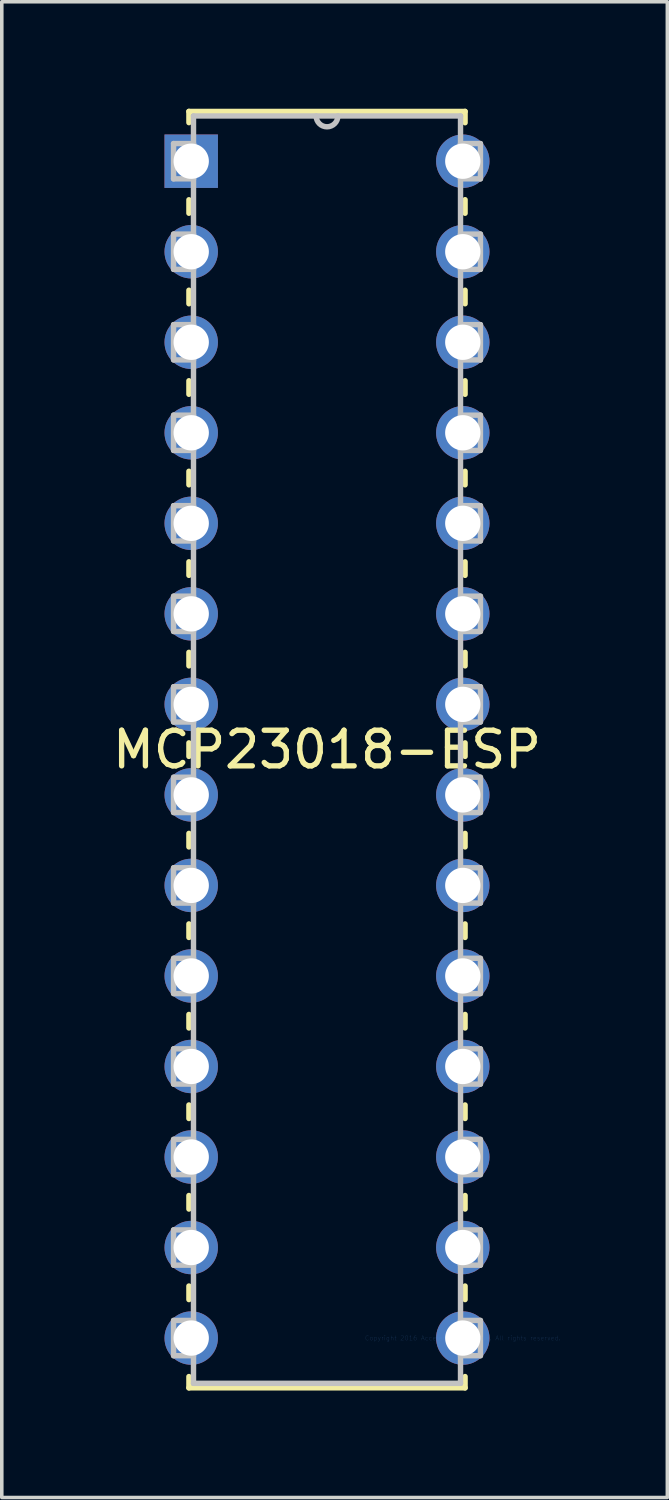
<source format=kicad_pcb>
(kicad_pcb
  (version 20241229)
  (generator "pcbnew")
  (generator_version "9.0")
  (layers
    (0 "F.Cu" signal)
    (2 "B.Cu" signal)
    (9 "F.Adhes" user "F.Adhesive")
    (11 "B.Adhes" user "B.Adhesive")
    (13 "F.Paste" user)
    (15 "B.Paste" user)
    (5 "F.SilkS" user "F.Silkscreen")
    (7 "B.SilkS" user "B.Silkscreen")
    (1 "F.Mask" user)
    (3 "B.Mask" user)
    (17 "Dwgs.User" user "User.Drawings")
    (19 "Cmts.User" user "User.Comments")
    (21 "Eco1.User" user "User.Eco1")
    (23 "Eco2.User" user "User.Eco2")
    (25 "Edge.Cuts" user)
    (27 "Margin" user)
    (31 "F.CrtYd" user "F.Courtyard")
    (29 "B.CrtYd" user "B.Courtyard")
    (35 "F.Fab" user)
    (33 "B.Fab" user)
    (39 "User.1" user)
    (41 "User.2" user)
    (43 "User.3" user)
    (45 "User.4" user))
  (footprint "MCP23018-ESP"
    (layer "F.Cu")
    (at 9.935 34.493)
    (property "Reference" "MCP23018-ESP" (at -3.81 -16.51 0) (layer "F.SilkS") (effects (font (size 1 1) (thickness 0.15))))
    (attr through_hole)
    (fp_line (start -7.684 -34.417) (end -7.684 -34.102) (stroke (width 0.152) (type solid)) (layer "F.SilkS"))
    (fp_line (start -7.684 -31.938) (end -7.684 -31.56) (stroke (width 0.152) (type solid)) (layer "F.SilkS"))
    (fp_line (start -7.684 -29.4) (end -7.684 -29.02) (stroke (width 0.152) (type solid)) (layer "F.SilkS"))
    (fp_line (start -7.684 -26.86) (end -7.684 -26.48) (stroke (width 0.152) (type solid)) (layer "F.SilkS"))
    (fp_line (start -7.684 -24.32) (end -7.684 -23.94) (stroke (width 0.152) (type solid)) (layer "F.SilkS"))
    (fp_line (start -7.684 -21.78) (end -7.684 -21.4) (stroke (width 0.152) (type solid)) (layer "F.SilkS"))
    (fp_line (start -7.684 -19.24) (end -7.684 -18.86) (stroke (width 0.152) (type solid)) (layer "F.SilkS"))
    (fp_line (start -7.684 -16.7) (end -7.684 -16.32) (stroke (width 0.152) (type solid)) (layer "F.SilkS"))
    (fp_line (start -7.684 -14.16) (end -7.684 -13.78) (stroke (width 0.152) (type solid)) (layer "F.SilkS"))
    (fp_line (start -7.684 -11.62) (end -7.684 -11.24) (stroke (width 0.152) (type solid)) (layer "F.SilkS"))
    (fp_line (start -7.684 -9.08) (end -7.684 -8.7) (stroke (width 0.152) (type solid)) (layer "F.SilkS"))
    (fp_line (start -7.684 -6.54) (end -7.684 -6.16) (stroke (width 0.152) (type solid)) (layer "F.SilkS"))
    (fp_line (start -7.684 -4) (end -7.684 -3.62) (stroke (width 0.152) (type solid)) (layer "F.SilkS"))
    (fp_line (start -7.684 -1.46) (end -7.684 -1.08) (stroke (width 0.152) (type solid)) (layer "F.SilkS"))
    (fp_line (start -7.684 1.08) (end -7.684 1.397) (stroke (width 0.152) (type solid)) (layer "F.SilkS"))
    (fp_line (start -7.684 1.397) (end 0.064 1.397) (stroke (width 0.152) (type solid)) (layer "F.SilkS"))
    (fp_line (start 0.064 -34.417) (end -7.684 -34.417) (stroke (width 0.152) (type solid)) (layer "F.SilkS"))
    (fp_line (start 0.064 -34.1) (end 0.064 -34.417) (stroke (width 0.152) (type solid)) (layer "F.SilkS"))
    (fp_line (start 0.064 -31.56) (end 0.064 -31.94) (stroke (width 0.152) (type solid)) (layer "F.SilkS"))
    (fp_line (start 0.064 -29.02) (end 0.064 -29.4) (stroke (width 0.152) (type solid)) (layer "F.SilkS"))
    (fp_line (start 0.064 -26.48) (end 0.064 -26.86) (stroke (width 0.152) (type solid)) (layer "F.SilkS"))
    (fp_line (start 0.064 -23.94) (end 0.064 -24.32) (stroke (width 0.152) (type solid)) (layer "F.SilkS"))
    (fp_line (start 0.064 -21.4) (end 0.064 -21.78) (stroke (width 0.152) (type solid)) (layer "F.SilkS"))
    (fp_line (start 0.064 -18.86) (end 0.064 -19.24) (stroke (width 0.152) (type solid)) (layer "F.SilkS"))
    (fp_line (start 0.064 -16.32) (end 0.064 -16.7) (stroke (width 0.152) (type solid)) (layer "F.SilkS"))
    (fp_line (start 0.064 -13.78) (end 0.064 -14.16) (stroke (width 0.152) (type solid)) (layer "F.SilkS"))
    (fp_line (start 0.064 -11.24) (end 0.064 -11.62) (stroke (width 0.152) (type solid)) (layer "F.SilkS"))
    (fp_line (start 0.064 -8.7) (end 0.064 -9.08) (stroke (width 0.152) (type solid)) (layer "F.SilkS"))
    (fp_line (start 0.064 -6.16) (end 0.064 -6.54) (stroke (width 0.152) (type solid)) (layer "F.SilkS"))
    (fp_line (start 0.064 -3.62) (end 0.064 -4) (stroke (width 0.152) (type solid)) (layer "F.SilkS"))
    (fp_line (start 0.064 -1.08) (end 0.064 -1.46) (stroke (width 0.152) (type solid)) (layer "F.SilkS"))
    (fp_line (start 0.064 1.397) (end 0.064 1.08) (stroke (width 0.152) (type solid)) (layer "F.SilkS"))
    (fp_line (start -8.115 -33.515) (end -8.115 -32.525) (stroke (width 0.152) (type solid)) (layer "Dwgs.User"))
    (fp_line (start -8.115 -32.525) (end -7.556 -32.525) (stroke (width 0.152) (type solid)) (layer "Dwgs.User"))
    (fp_line (start -8.115 -30.975) (end -8.115 -29.985) (stroke (width 0.152) (type solid)) (layer "Dwgs.User"))
    (fp_line (start -8.115 -29.985) (end -7.556 -29.985) (stroke (width 0.152) (type solid)) (layer "Dwgs.User"))
    (fp_line (start -8.115 -28.435) (end -8.115 -27.445) (stroke (width 0.152) (type solid)) (layer "Dwgs.User"))
    (fp_line (start -8.115 -27.445) (end -7.556 -27.445) (stroke (width 0.152) (type solid)) (layer "Dwgs.User"))
    (fp_line (start -8.115 -25.895) (end -8.115 -24.905) (stroke (width 0.152) (type solid)) (layer "Dwgs.User"))
    (fp_line (start -8.115 -24.905) (end -7.556 -24.905) (stroke (width 0.152) (type solid)) (layer "Dwgs.User"))
    (fp_line (start -8.115 -23.355) (end -8.115 -22.365) (stroke (width 0.152) (type solid)) (layer "Dwgs.User"))
    (fp_line (start -8.115 -22.365) (end -7.556 -22.365) (stroke (width 0.152) (type solid)) (layer "Dwgs.User"))
    (fp_line (start -8.115 -20.815) (end -8.115 -19.825) (stroke (width 0.152) (type solid)) (layer "Dwgs.User"))
    (fp_line (start -8.115 -19.825) (end -7.556 -19.825) (stroke (width 0.152) (type solid)) (layer "Dwgs.User"))
    (fp_line (start -8.115 -18.275) (end -8.115 -17.285) (stroke (width 0.152) (type solid)) (layer "Dwgs.User"))
    (fp_line (start -8.115 -17.285) (end -7.556 -17.285) (stroke (width 0.152) (type solid)) (layer "Dwgs.User"))
    (fp_line (start -8.115 -15.735) (end -8.115 -14.745) (stroke (width 0.152) (type solid)) (layer "Dwgs.User"))
    (fp_line (start -8.115 -14.745) (end -7.556 -14.745) (stroke (width 0.152) (type solid)) (layer "Dwgs.User"))
    (fp_line (start -8.115 -13.195) (end -8.115 -12.205) (stroke (width 0.152) (type solid)) (layer "Dwgs.User"))
    (fp_line (start -8.115 -12.205) (end -7.556 -12.205) (stroke (width 0.152) (type solid)) (layer "Dwgs.User"))
    (fp_line (start -8.115 -10.655) (end -8.115 -9.665) (stroke (width 0.152) (type solid)) (layer "Dwgs.User"))
    (fp_line (start -8.115 -9.665) (end -7.556 -9.665) (stroke (width 0.152) (type solid)) (layer "Dwgs.User"))
    (fp_line (start -8.115 -8.115) (end -8.115 -7.125) (stroke (width 0.152) (type solid)) (layer "Dwgs.User"))
    (fp_line (start -8.115 -7.125) (end -7.556 -7.125) (stroke (width 0.152) (type solid)) (layer "Dwgs.User"))
    (fp_line (start -8.115 -5.575) (end -8.115 -4.585) (stroke (width 0.152) (type solid)) (layer "Dwgs.User"))
    (fp_line (start -8.115 -4.585) (end -7.556 -4.585) (stroke (width 0.152) (type solid)) (layer "Dwgs.User"))
    (fp_line (start -8.115 -3.035) (end -8.115 -2.045) (stroke (width 0.152) (type solid)) (layer "Dwgs.User"))
    (fp_line (start -8.115 -2.045) (end -7.556 -2.045) (stroke (width 0.152) (type solid)) (layer "Dwgs.User"))
    (fp_line (start -8.115 -0.495) (end -8.115 0.495) (stroke (width 0.152) (type solid)) (layer "Dwgs.User"))
    (fp_line (start -8.115 0.495) (end -7.556 0.495) (stroke (width 0.152) (type solid)) (layer "Dwgs.User"))
    (fp_line (start -7.556 -34.29) (end -7.556 1.27) (stroke (width 0.152) (type solid)) (layer "Dwgs.User"))
    (fp_line (start -7.556 -33.515) (end -8.115 -33.515) (stroke (width 0.152) (type solid)) (layer "Dwgs.User"))
    (fp_line (start -7.556 -32.525) (end -7.556 -33.515) (stroke (width 0.152) (type solid)) (layer "Dwgs.User"))
    (fp_line (start -7.556 -30.975) (end -8.115 -30.975) (stroke (width 0.152) (type solid)) (layer "Dwgs.User"))
    (fp_line (start -7.556 -29.985) (end -7.556 -30.975) (stroke (width 0.152) (type solid)) (layer "Dwgs.User"))
    (fp_line (start -7.556 -28.435) (end -8.115 -28.435) (stroke (width 0.152) (type solid)) (layer "Dwgs.User"))
    (fp_line (start -7.556 -27.445) (end -7.556 -28.435) (stroke (width 0.152) (type solid)) (layer "Dwgs.User"))
    (fp_line (start -7.556 -25.895) (end -8.115 -25.895) (stroke (width 0.152) (type solid)) (layer "Dwgs.User"))
    (fp_line (start -7.556 -24.905) (end -7.556 -25.895) (stroke (width 0.152) (type solid)) (layer "Dwgs.User"))
    (fp_line (start -7.556 -23.355) (end -8.115 -23.355) (stroke (width 0.152) (type solid)) (layer "Dwgs.User"))
    (fp_line (start -7.556 -22.365) (end -7.556 -23.355) (stroke (width 0.152) (type solid)) (layer "Dwgs.User"))
    (fp_line (start -7.556 -20.815) (end -8.115 -20.815) (stroke (width 0.152) (type solid)) (layer "Dwgs.User"))
    (fp_line (start -7.556 -19.825) (end -7.556 -20.815) (stroke (width 0.152) (type solid)) (layer "Dwgs.User"))
    (fp_line (start -7.556 -18.275) (end -8.115 -18.275) (stroke (width 0.152) (type solid)) (layer "Dwgs.User"))
    (fp_line (start -7.556 -17.285) (end -7.556 -18.275) (stroke (width 0.152) (type solid)) (layer "Dwgs.User"))
    (fp_line (start -7.556 -15.735) (end -8.115 -15.735) (stroke (width 0.152) (type solid)) (layer "Dwgs.User"))
    (fp_line (start -7.556 -14.745) (end -7.556 -15.735) (stroke (width 0.152) (type solid)) (layer "Dwgs.User"))
    (fp_line (start -7.556 -13.195) (end -8.115 -13.195) (stroke (width 0.152) (type solid)) (layer "Dwgs.User"))
    (fp_line (start -7.556 -12.205) (end -7.556 -13.195) (stroke (width 0.152) (type solid)) (layer "Dwgs.User"))
    (fp_line (start -7.556 -10.655) (end -8.115 -10.655) (stroke (width 0.152) (type solid)) (layer "Dwgs.User"))
    (fp_line (start -7.556 -9.665) (end -7.556 -10.655) (stroke (width 0.152) (type solid)) (layer "Dwgs.User"))
    (fp_line (start -7.556 -8.115) (end -8.115 -8.115) (stroke (width 0.152) (type solid)) (layer "Dwgs.User"))
    (fp_line (start -7.556 -7.125) (end -7.556 -8.115) (stroke (width 0.152) (type solid)) (layer "Dwgs.User"))
    (fp_line (start -7.556 -5.575) (end -8.115 -5.575) (stroke (width 0.152) (type solid)) (layer "Dwgs.User"))
    (fp_line (start -7.556 -4.585) (end -7.556 -5.575) (stroke (width 0.152) (type solid)) (layer "Dwgs.User"))
    (fp_line (start -7.556 -3.035) (end -8.115 -3.035) (stroke (width 0.152) (type solid)) (layer "Dwgs.User"))
    (fp_line (start -7.556 -2.045) (end -7.556 -3.035) (stroke (width 0.152) (type solid)) (layer "Dwgs.User"))
    (fp_line (start -7.556 -0.495) (end -8.115 -0.495) (stroke (width 0.152) (type solid)) (layer "Dwgs.User"))
    (fp_line (start -7.556 0.495) (end -7.556 -0.495) (stroke (width 0.152) (type solid)) (layer "Dwgs.User"))
    (fp_line (start -7.556 1.27) (end -0.064 1.27) (stroke (width 0.152) (type solid)) (layer "Dwgs.User"))
    (fp_line (start -0.064 -34.29) (end -7.556 -34.29) (stroke (width 0.152) (type solid)) (layer "Dwgs.User"))
    (fp_line (start -0.064 -33.515) (end -0.064 -32.525) (stroke (width 0.152) (type solid)) (layer "Dwgs.User"))
    (fp_line (start -0.064 -32.525) (end 0.495 -32.525) (stroke (width 0.152) (type solid)) (layer "Dwgs.User"))
    (fp_line (start -0.064 -30.975) (end -0.064 -29.985) (stroke (width 0.152) (type solid)) (layer "Dwgs.User"))
    (fp_line (start -0.064 -29.985) (end 0.495 -29.985) (stroke (width 0.152) (type solid)) (layer "Dwgs.User"))
    (fp_line (start -0.064 -28.435) (end -0.064 -27.445) (stroke (width 0.152) (type solid)) (layer "Dwgs.User"))
    (fp_line (start -0.064 -27.445) (end 0.495 -27.445) (stroke (width 0.152) (type solid)) (layer "Dwgs.User"))
    (fp_line (start -0.064 -25.895) (end -0.064 -24.905) (stroke (width 0.152) (type solid)) (layer "Dwgs.User"))
    (fp_line (start -0.064 -24.905) (end 0.495 -24.905) (stroke (width 0.152) (type solid)) (layer "Dwgs.User"))
    (fp_line (start -0.064 -23.355) (end -0.064 -22.365) (stroke (width 0.152) (type solid)) (layer "Dwgs.User"))
    (fp_line (start -0.064 -22.365) (end 0.495 -22.365) (stroke (width 0.152) (type solid)) (layer "Dwgs.User"))
    (fp_line (start -0.064 -20.815) (end -0.064 -19.825) (stroke (width 0.152) (type solid)) (layer "Dwgs.User"))
    (fp_line (start -0.064 -19.825) (end 0.495 -19.825) (stroke (width 0.152) (type solid)) (layer "Dwgs.User"))
    (fp_line (start -0.064 -18.275) (end -0.064 -17.285) (stroke (width 0.152) (type solid)) (layer "Dwgs.User"))
    (fp_line (start -0.064 -17.285) (end 0.495 -17.285) (stroke (width 0.152) (type solid)) (layer "Dwgs.User"))
    (fp_line (start -0.064 -15.735) (end -0.064 -14.745) (stroke (width 0.152) (type solid)) (layer "Dwgs.User"))
    (fp_line (start -0.064 -14.745) (end 0.495 -14.745) (stroke (width 0.152) (type solid)) (layer "Dwgs.User"))
    (fp_line (start -0.064 -13.195) (end -0.064 -12.205) (stroke (width 0.152) (type solid)) (layer "Dwgs.User"))
    (fp_line (start -0.064 -12.205) (end 0.495 -12.205) (stroke (width 0.152) (type solid)) (layer "Dwgs.User"))
    (fp_line (start -0.064 -10.655) (end -0.064 -9.665) (stroke (width 0.152) (type solid)) (layer "Dwgs.User"))
    (fp_line (start -0.064 -9.665) (end 0.495 -9.665) (stroke (width 0.152) (type solid)) (layer "Dwgs.User"))
    (fp_line (start -0.064 -8.115) (end -0.064 -7.125) (stroke (width 0.152) (type solid)) (layer "Dwgs.User"))
    (fp_line (start -0.064 -7.125) (end 0.495 -7.125) (stroke (width 0.152) (type solid)) (layer "Dwgs.User"))
    (fp_line (start -0.064 -5.575) (end -0.064 -4.585) (stroke (width 0.152) (type solid)) (layer "Dwgs.User"))
    (fp_line (start -0.064 -4.585) (end 0.495 -4.585) (stroke (width 0.152) (type solid)) (layer "Dwgs.User"))
    (fp_line (start -0.064 -3.035) (end -0.064 -2.045) (stroke (width 0.152) (type solid)) (layer "Dwgs.User"))
    (fp_line (start -0.064 -2.045) (end 0.495 -2.045) (stroke (width 0.152) (type solid)) (layer "Dwgs.User"))
    (fp_line (start -0.064 -0.495) (end -0.064 0.495) (stroke (width 0.152) (type solid)) (layer "Dwgs.User"))
    (fp_line (start -0.064 0.495) (end 0.495 0.495) (stroke (width 0.152) (type solid)) (layer "Dwgs.User"))
    (fp_line (start -0.064 1.27) (end -0.064 -34.29) (stroke (width 0.152) (type solid)) (layer "Dwgs.User"))
    (fp_line (start 0.495 -33.515) (end -0.064 -33.515) (stroke (width 0.152) (type solid)) (layer "Dwgs.User"))
    (fp_line (start 0.495 -32.525) (end 0.495 -33.515) (stroke (width 0.152) (type solid)) (layer "Dwgs.User"))
    (fp_line (start 0.495 -30.975) (end -0.064 -30.975) (stroke (width 0.152) (type solid)) (layer "Dwgs.User"))
    (fp_line (start 0.495 -29.985) (end 0.495 -30.975) (stroke (width 0.152) (type solid)) (layer "Dwgs.User"))
    (fp_line (start 0.495 -28.435) (end -0.064 -28.435) (stroke (width 0.152) (type solid)) (layer "Dwgs.User"))
    (fp_line (start 0.495 -27.445) (end 0.495 -28.435) (stroke (width 0.152) (type solid)) (layer "Dwgs.User"))
    (fp_line (start 0.495 -25.895) (end -0.064 -25.895) (stroke (width 0.152) (type solid)) (layer "Dwgs.User"))
    (fp_line (start 0.495 -24.905) (end 0.495 -25.895) (stroke (width 0.152) (type solid)) (layer "Dwgs.User"))
    (fp_line (start 0.495 -23.355) (end -0.064 -23.355) (stroke (width 0.152) (type solid)) (layer "Dwgs.User"))
    (fp_line (start 0.495 -22.365) (end 0.495 -23.355) (stroke (width 0.152) (type solid)) (layer "Dwgs.User"))
    (fp_line (start 0.495 -20.815) (end -0.064 -20.815) (stroke (width 0.152) (type solid)) (layer "Dwgs.User"))
    (fp_line (start 0.495 -19.825) (end 0.495 -20.815) (stroke (width 0.152) (type solid)) (layer "Dwgs.User"))
    (fp_line (start 0.495 -18.275) (end -0.064 -18.275) (stroke (width 0.152) (type solid)) (layer "Dwgs.User"))
    (fp_line (start 0.495 -17.285) (end 0.495 -18.275) (stroke (width 0.152) (type solid)) (layer "Dwgs.User"))
    (fp_line (start 0.495 -15.735) (end -0.064 -15.735) (stroke (width 0.152) (type solid)) (layer "Dwgs.User"))
    (fp_line (start 0.495 -14.745) (end 0.495 -15.735) (stroke (width 0.152) (type solid)) (layer "Dwgs.User"))
    (fp_line (start 0.495 -13.195) (end -0.064 -13.195) (stroke (width 0.152) (type solid)) (layer "Dwgs.User"))
    (fp_line (start 0.495 -12.205) (end 0.495 -13.195) (stroke (width 0.152) (type solid)) (layer "Dwgs.User"))
    (fp_line (start 0.495 -10.655) (end -0.064 -10.655) (stroke (width 0.152) (type solid)) (layer "Dwgs.User"))
    (fp_line (start 0.495 -9.665) (end 0.495 -10.655) (stroke (width 0.152) (type solid)) (layer "Dwgs.User"))
    (fp_line (start 0.495 -8.115) (end -0.064 -8.115) (stroke (width 0.152) (type solid)) (layer "Dwgs.User"))
    (fp_line (start 0.495 -7.125) (end 0.495 -8.115) (stroke (width 0.152) (type solid)) (layer "Dwgs.User"))
    (fp_line (start 0.495 -5.575) (end -0.064 -5.575) (stroke (width 0.152) (type solid)) (layer "Dwgs.User"))
    (fp_line (start 0.495 -4.585) (end 0.495 -5.575) (stroke (width 0.152) (type solid)) (layer "Dwgs.User"))
    (fp_line (start 0.495 -3.035) (end -0.064 -3.035) (stroke (width 0.152) (type solid)) (layer "Dwgs.User"))
    (fp_line (start 0.495 -2.045) (end 0.495 -3.035) (stroke (width 0.152) (type solid)) (layer "Dwgs.User"))
    (fp_line (start 0.495 -0.495) (end -0.064 -0.495) (stroke (width 0.152) (type solid)) (layer "Dwgs.User"))
    (fp_line (start 0.495 0.495) (end 0.495 -0.495) (stroke (width 0.152) (type solid)) (layer "Dwgs.User"))
    (fp_arc (start -3.5052 -34.29) (mid -3.81 -33.9852) (end -4.1148 -34.29) (stroke (width 0.1524) (type solid)) (layer "Dwgs.User"))
    (fp_text user "Copyright 2016 Accelerated Designs. All rights reserved." (at 0 0 0) (layer "Cmts.User") (effects (font (size 0.127 0.127) (thickness 0.002))))
    (pad "1" thru_hole rect (at -7.62 -33.02) (size 1.499 1.499) (drill 0.991) (layers "*.Cu" "*.Mask"))
    (pad "2" thru_hole circle (at -7.62 -30.48) (size 1.499 1.499) (drill 0.991) (layers "*.Cu" "*.Mask"))
    (pad "3" thru_hole circle (at -7.62 -27.94) (size 1.499 1.499) (drill 0.991) (layers "*.Cu" "*.Mask"))
    (pad "4" thru_hole circle (at -7.62 -25.4) (size 1.499 1.499) (drill 0.991) (layers "*.Cu" "*.Mask"))
    (pad "5" thru_hole circle (at -7.62 -22.86) (size 1.499 1.499) (drill 0.991) (layers "*.Cu" "*.Mask"))
    (pad "6" thru_hole circle (at -7.62 -20.32) (size 1.499 1.499) (drill 0.991) (layers "*.Cu" "*.Mask"))
    (pad "7" thru_hole circle (at -7.62 -17.78) (size 1.499 1.499) (drill 0.991) (layers "*.Cu" "*.Mask"))
    (pad "8" thru_hole circle (at -7.62 -15.24) (size 1.499 1.499) (drill 0.991) (layers "*.Cu" "*.Mask"))
    (pad "9" thru_hole circle (at -7.62 -12.7) (size 1.499 1.499) (drill 0.991) (layers "*.Cu" "*.Mask"))
    (pad "10" thru_hole circle (at -7.62 -10.16) (size 1.499 1.499) (drill 0.991) (layers "*.Cu" "*.Mask"))
    (pad "11" thru_hole circle (at -7.62 -7.62) (size 1.499 1.499) (drill 0.991) (layers "*.Cu" "*.Mask"))
    (pad "12" thru_hole circle (at -7.62 -5.08) (size 1.499 1.499) (drill 0.991) (layers "*.Cu" "*.Mask"))
    (pad "13" thru_hole circle (at -7.62 -2.54) (size 1.499 1.499) (drill 0.991) (layers "*.Cu" "*.Mask"))
    (pad "14" thru_hole circle (at -7.62 0) (size 1.499 1.499) (drill 0.991) (layers "*.Cu" "*.Mask"))
    (pad "15" thru_hole circle (at 0 0) (size 1.499 1.499) (drill 0.991) (layers "*.Cu" "*.Mask"))
    (pad "16" thru_hole circle (at 0 -2.54) (size 1.499 1.499) (drill 0.991) (layers "*.Cu" "*.Mask"))
    (pad "17" thru_hole circle (at 0 -5.08) (size 1.499 1.499) (drill 0.991) (layers "*.Cu" "*.Mask"))
    (pad "18" thru_hole circle (at 0 -7.62) (size 1.499 1.499) (drill 0.991) (layers "*.Cu" "*.Mask"))
    (pad "19" thru_hole circle (at 0 -10.16) (size 1.499 1.499) (drill 0.991) (layers "*.Cu" "*.Mask"))
    (pad "20" thru_hole circle (at 0 -12.7) (size 1.499 1.499) (drill 0.991) (layers "*.Cu" "*.Mask"))
    (pad "21" thru_hole circle (at 0 -15.24) (size 1.499 1.499) (drill 0.991) (layers "*.Cu" "*.Mask"))
    (pad "22" thru_hole circle (at 0 -17.78) (size 1.499 1.499) (drill 0.991) (layers "*.Cu" "*.Mask"))
    (pad "23" thru_hole circle (at 0 -20.32) (size 1.499 1.499) (drill 0.991) (layers "*.Cu" "*.Mask"))
    (pad "24" thru_hole circle (at 0 -22.86) (size 1.499 1.499) (drill 0.991) (layers "*.Cu" "*.Mask"))
    (pad "25" thru_hole circle (at 0 -25.4) (size 1.499 1.499) (drill 0.991) (layers "*.Cu" "*.Mask"))
    (pad "26" thru_hole circle (at 0 -27.94) (size 1.499 1.499) (drill 0.991) (layers "*.Cu" "*.Mask"))
    (pad "27" thru_hole circle (at 0 -30.48) (size 1.499 1.499) (drill 0.991) (layers "*.Cu" "*.Mask"))
    (pad "28" thru_hole circle (at 0 -33.02) (size 1.499 1.499) (drill 0.991) (layers "*.Cu" "*.Mask")))
  (gr_rect
    (start -3 -3)
    (end 15.674 38.966)
    (stroke (width 0.1) (type default))
    (fill no)
    (layer "Edge.Cuts")))
</source>
